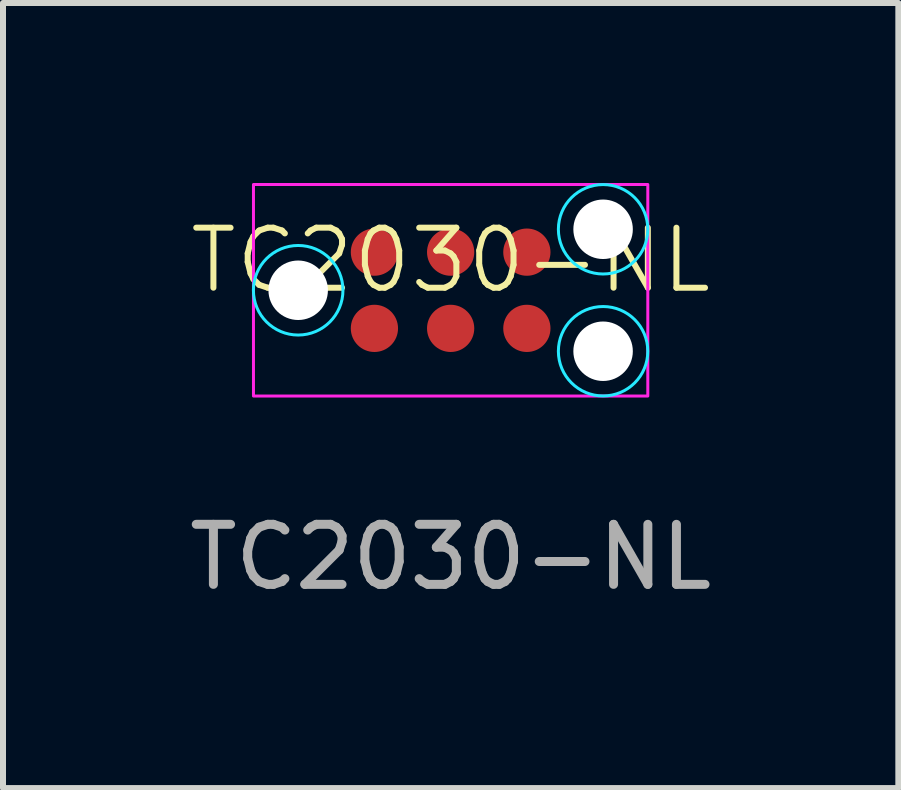
<source format=kicad_pcb>
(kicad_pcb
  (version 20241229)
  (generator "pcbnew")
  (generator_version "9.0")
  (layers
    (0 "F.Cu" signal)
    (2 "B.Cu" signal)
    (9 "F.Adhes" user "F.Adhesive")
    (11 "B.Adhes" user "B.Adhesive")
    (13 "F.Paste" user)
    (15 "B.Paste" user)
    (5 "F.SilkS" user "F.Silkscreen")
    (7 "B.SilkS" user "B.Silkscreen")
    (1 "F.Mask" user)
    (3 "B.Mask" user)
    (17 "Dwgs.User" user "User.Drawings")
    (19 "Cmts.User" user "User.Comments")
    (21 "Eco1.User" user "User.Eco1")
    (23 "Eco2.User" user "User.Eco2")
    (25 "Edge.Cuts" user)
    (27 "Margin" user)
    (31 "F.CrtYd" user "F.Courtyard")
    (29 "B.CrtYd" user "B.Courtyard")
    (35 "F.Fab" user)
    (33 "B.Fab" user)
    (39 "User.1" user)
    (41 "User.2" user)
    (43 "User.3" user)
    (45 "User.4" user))
  (footprint "TC2030-NL"
    (layer "F.Cu")
    (at 4.458 1.786)
    (property "Reference" "TC2030-NL" (at 0 -0.5 0) (unlocked yes) (layer "F.SilkS") (effects (font (size 1 1) (thickness 0.1))))
    (attr smd)
    (fp_circle (center -2.54 0) (end -1.794 0) (stroke (width 0.05) (type solid)) (fill no) (layer "B.CrtYd"))
    (fp_circle (center 2.54 -1.016) (end 3.285 -1.016) (stroke (width 0.05) (type solid)) (fill no) (layer "B.CrtYd"))
    (fp_circle (center 2.54 1.016) (end 3.285 1.016) (stroke (width 0.05) (type solid)) (fill no) (layer "B.CrtYd"))
    (fp_rect (start -3.285 -1.762) (end 3.285 1.762) (stroke (width 0.05) (type solid)) (fill no) (layer "F.CrtYd"))
    (fp_text user "${REFERENCE}" (at 0 4.445 0) (unlocked yes) (layer "F.Fab") (effects (font (size 1 1) (thickness 0.15))))
    (pad "" np_thru_hole circle (at -2.54 0) (size 0.991 0.991) (drill 0.991) (layers "*.Cu" "*.Mask"))
    (pad "" np_thru_hole circle (at 2.54 -1.016) (size 0.991 0.991) (drill 0.991) (layers "*.Cu" "*.Mask"))
    (pad "" np_thru_hole circle (at 2.54 1.016) (size 0.991 0.991) (drill 0.991) (layers "*.Cu" "*.Mask"))
    (pad "1" smd circle (at -1.27 0.635) (size 0.787 0.787) (layers "F.Cu" "F.Mask"))
    (pad "2" smd circle (at -1.27 -0.635) (size 0.787 0.787) (layers "F.Cu" "F.Mask"))
    (pad "3" smd circle (at 0 0.635) (size 0.787 0.787) (layers "F.Cu" "F.Mask"))
    (pad "4" smd circle (at 0 -0.635) (size 0.787 0.787) (layers "F.Cu" "F.Mask"))
    (pad "5" smd circle (at 1.27 0.635) (size 0.787 0.787) (layers "F.Cu" "F.Mask"))
    (pad "6" smd circle (at 1.27 -0.635) (size 0.787 0.787) (layers "F.Cu" "F.Mask"))
    (zone (net_name "") (layer "F.Cu") (hatch edge 0.5) (connect_pads) (min_thickness 0.25) (filled_areas_thickness no) (keepout (tracks not_allowed) (vias not_allowed) (pads not_allowed) (copperpour allowed) (footprints allowed)) (placement (enabled no)) (fill) (polygon (pts (xy 3.188 1.151) (xy 5.728 1.151) (xy 5.728 2.421) (xy 3.188 2.421)))))
  (gr_rect
    (start -3 -3)
    (end 11.917 10.08)
    (stroke (width 0.1) (type default))
    (fill no)
    (layer "Edge.Cuts")))
</source>
